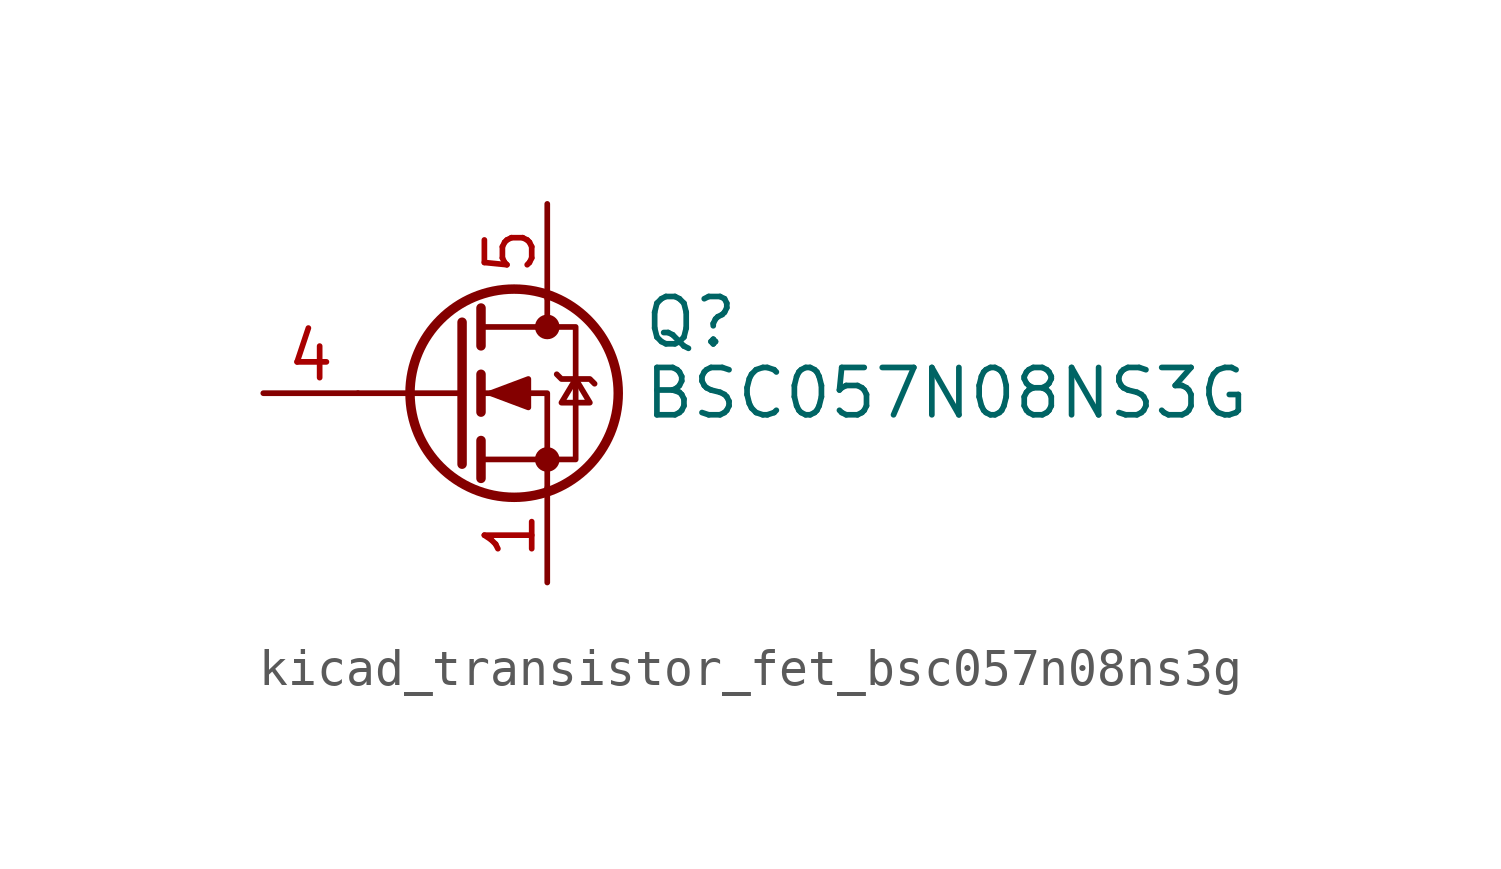
<source format=kicad_sym>
(kicad_symbol_lib
  (version 20220914)
  (generator kicad_symbol_editor)
  (symbol "kicad_transistor_fet_bsc057n08ns3g"
    (pin_names hide)
    (property "Reference" "Q"
      (at 5.08 1.905 0)
      (effects (font (size 1.27 1.27)) (justify left)))
    (property "Value" "BSC057N08NS3G"
      (at 5.08 0 0)
      (effects (font (size 1.27 1.27)) (justify left)))
    (symbol "kicad_transistor_fet_bsc057n08ns3g_0_1"
      (polyline (pts (xy 0.254 0) (xy -2.54 0)) (stroke (width 0) (type default)) (fill (type none)))
      (polyline (pts (xy 0.254 1.905) (xy 0.254 -1.905)) (stroke (width 0.254) (type default)) (fill (type none)))
      (polyline (pts (xy 0.762 -1.27) (xy 0.762 -2.286)) (stroke (width 0.254) (type default)) (fill (type none)))
      (polyline (pts (xy 0.762 0.508) (xy 0.762 -0.508)) (stroke (width 0.254) (type default)) (fill (type none)))
      (polyline (pts (xy 0.762 2.286) (xy 0.762 1.27)) (stroke (width 0.254) (type default)) (fill (type none)))
      (polyline (pts (xy 2.54 2.54) (xy 2.54 1.778)) (stroke (width 0) (type default)) (fill (type none)))
      (polyline (pts (xy 2.54 -2.54) (xy 2.54 0) (xy 0.762 0)) (stroke (width 0) (type default)) (fill (type none)))
      (polyline (pts (xy 0.762 -1.778) (xy 3.302 -1.778) (xy 3.302 1.778) (xy 0.762 1.778)) (stroke (width 0) (type default)) (fill (type none)))
      (polyline (pts (xy 1.016 0) (xy 2.032 0.381) (xy 2.032 -0.381) (xy 1.016 0)) (stroke (width 0) (type default)) (fill (type outline)))
      (polyline (pts (xy 2.794 0.508) (xy 2.921 0.381) (xy 3.683 0.381) (xy 3.81 0.254)) (stroke (width 0) (type default)) (fill (type none)))
      (polyline (pts (xy 3.302 0.381) (xy 2.921 -0.254) (xy 3.683 -0.254) (xy 3.302 0.381)) (stroke (width 0) (type default)) (fill (type none)))
      (circle (center 1.651 0) (radius 2.794) (stroke (width 0.254) (type default)) (fill (type none)))
      (circle (center 2.54 -1.778) (radius 0.254) (stroke (width 0) (type default)) (fill (type outline)))
      (circle (center 2.54 1.778) (radius 0.254) (stroke (width 0) (type default)) (fill (type outline))))
    (symbol "kicad_transistor_fet_bsc057n08ns3g_1_1"
      (pin passive line (at 2.54 -5.08 90) (length 2.54) (name "S" (effects (font (size 1.27 1.27)))) (number "1" (effects (font (size 1.27 1.27)))))
      (pin passive line (at 2.54 -5.08 90) (length 2.54) hide (name "S" (effects (font (size 1.27 1.27)))) (number "2" (effects (font (size 1.27 1.27)))))
      (pin passive line (at 2.54 -5.08 90) (length 2.54) hide (name "S" (effects (font (size 1.27 1.27)))) (number "3" (effects (font (size 1.27 1.27)))))
      (pin passive line (at -5.08 0 0) (length 2.54) (name "G" (effects (font (size 1.27 1.27)))) (number "4" (effects (font (size 1.27 1.27)))))
      (pin passive line (at 2.54 5.08 270) (length 2.54) (name "D" (effects (font (size 1.27 1.27)))) (number "5" (effects (font (size 1.27 1.27))))))))
</source>
